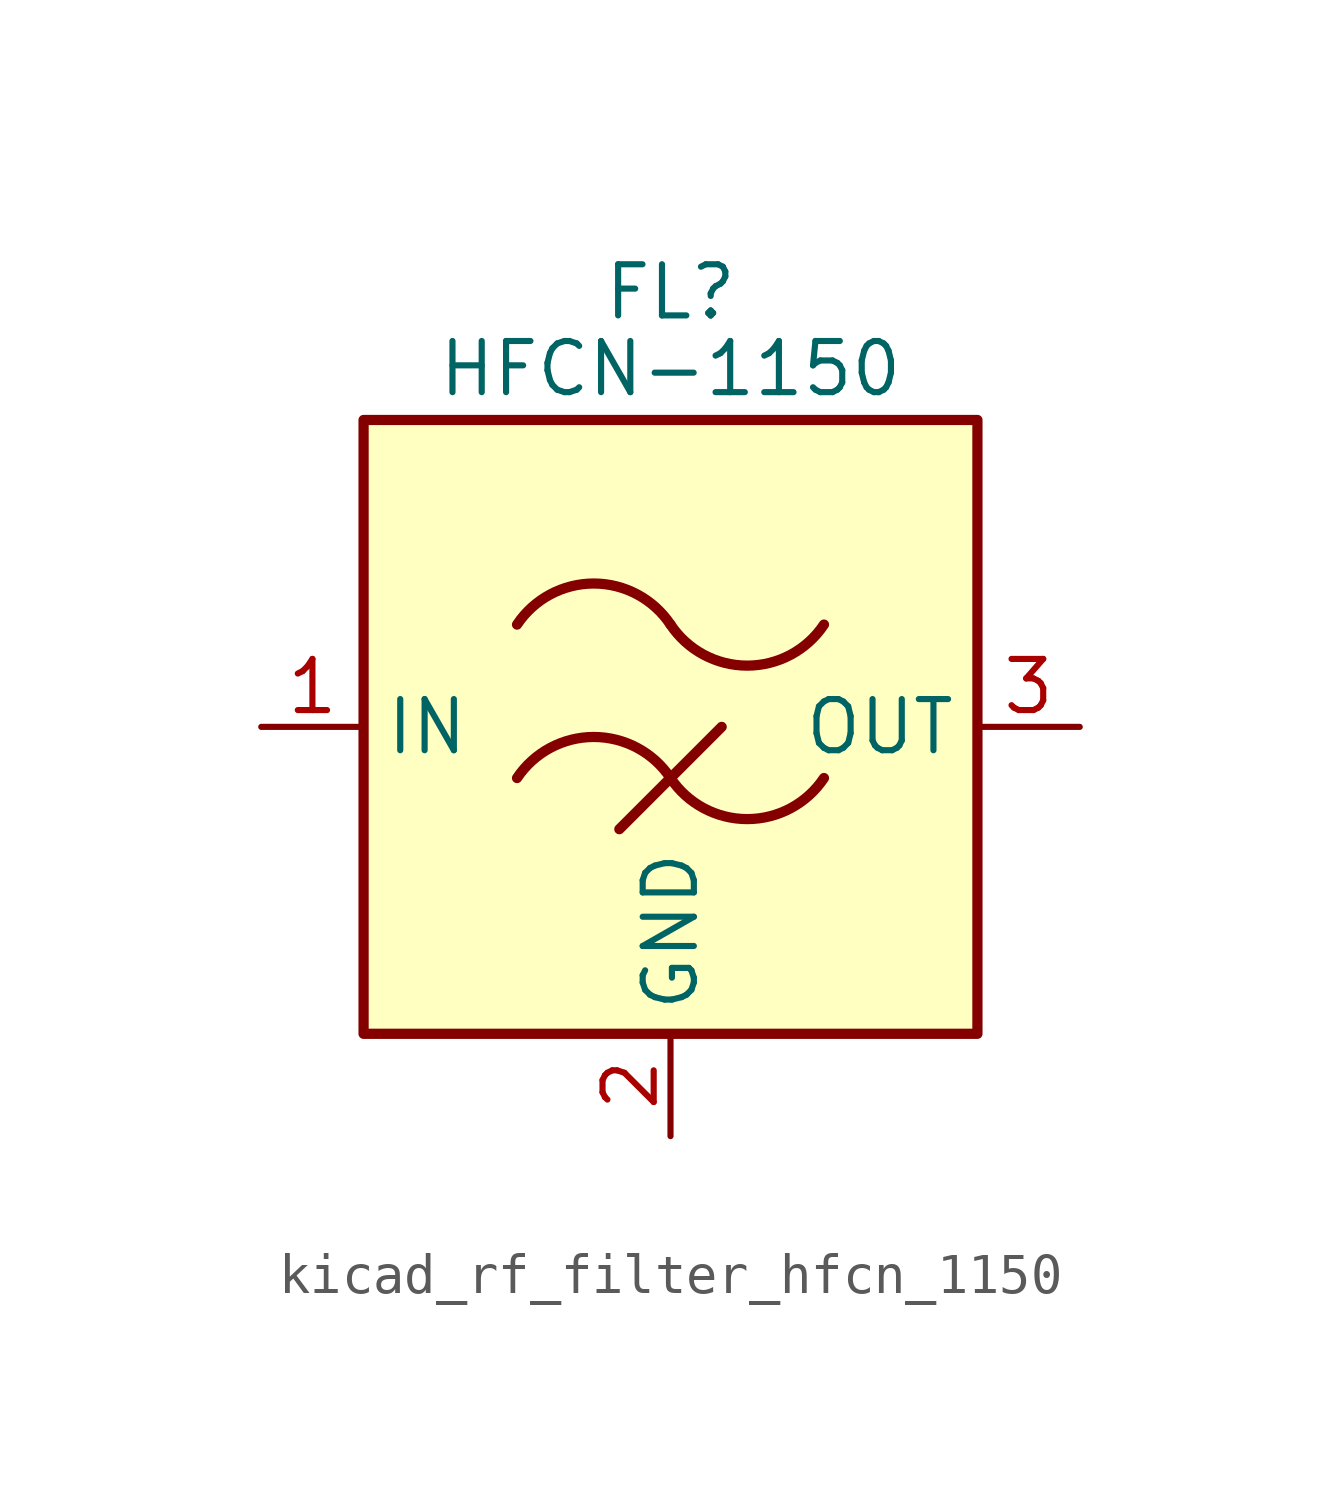
<source format=kicad_sym>
(kicad_symbol_lib
  (version 20220914)
  (generator kicad_symbol_editor)
  (symbol "kicad_rf_filter_hfcn_1150"
    (property "Reference" "FL"
      (at 0 10.795 0)
      (effects (font (size 1.27 1.27))))
    (property "Value" "HFCN-1150"
      (at 0 8.89 0)
      (effects (font (size 1.27 1.27))))
    (symbol "kicad_rf_filter_hfcn_1150_0_1"
      (rectangle (start -7.62 7.62) (end 7.62 -7.62) (stroke (width 0.254) (type default)) (fill (type background)))
      (arc (start 0 -1.27) (mid -1.905 -0.2505) (end -3.81 -1.27) (stroke (width 0.254) (type default)) (fill (type none)))
      (arc (start 0 -1.27) (mid 1.905 -2.2895) (end 3.81 -1.27) (stroke (width 0.254) (type default)) (fill (type none)))
      (polyline (pts (xy -1.27 -2.54) (xy 1.27 0)) (stroke (width 0.254) (type default)) (fill (type none)))
      (arc (start 0 2.54) (mid -1.905 3.5595) (end -3.81 2.54) (stroke (width 0.254) (type default)) (fill (type none)))
      (arc (start 0 2.54) (mid 1.905 1.5205) (end 3.81 2.54) (stroke (width 0.254) (type default)) (fill (type none))))
    (symbol "kicad_rf_filter_hfcn_1150_1_1"
      (pin passive line (at -10.16 0 0) (length 2.54) (name "IN" (effects (font (size 1.27 1.27)))) (number "1" (effects (font (size 1.27 1.27)))))
      (pin passive line (at 0 -10.16 90) (length 2.54) (name "GND" (effects (font (size 1.27 1.27)))) (number "2" (effects (font (size 1.27 1.27)))))
      (pin passive line (at 10.16 0 180) (length 2.54) (name "OUT" (effects (font (size 1.27 1.27)))) (number "3" (effects (font (size 1.27 1.27)))))
      (pin passive line (at 0 -10.16 90) (length 2.54) hide (name "GND" (effects (font (size 1.27 1.27)))) (number "4" (effects (font (size 1.27 1.27))))))))
</source>
